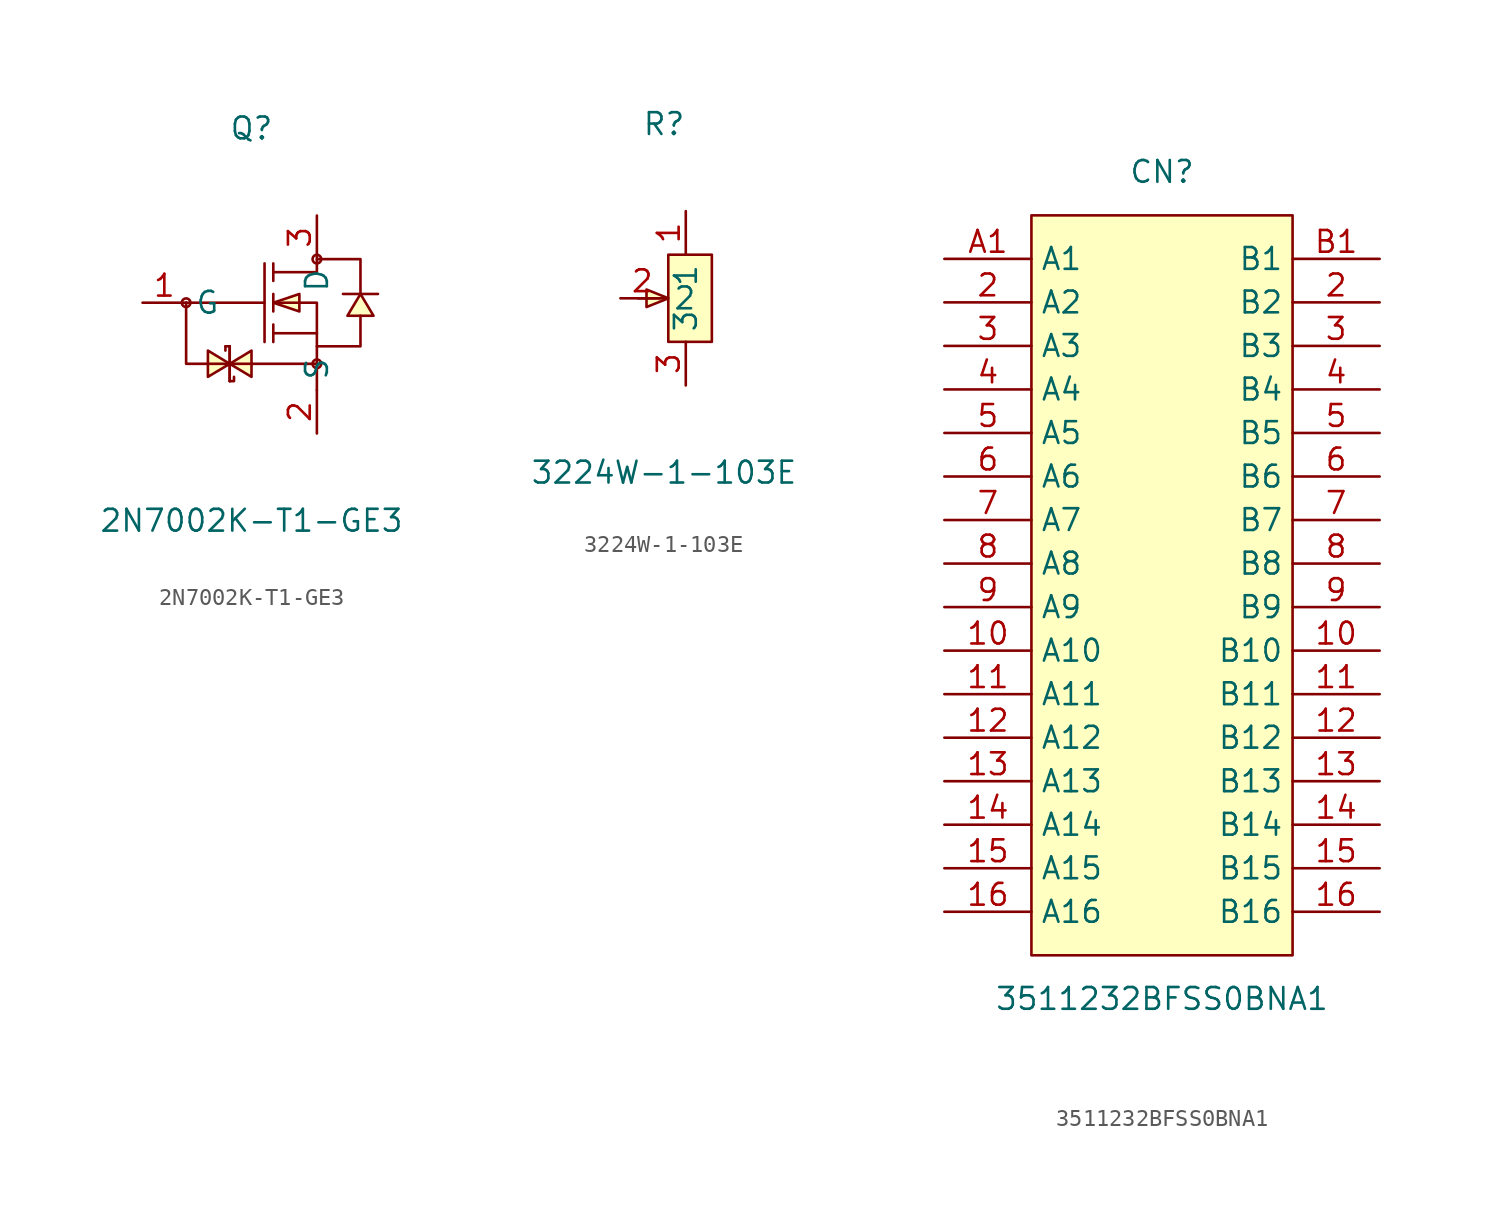
<source format=kicad_sym>
(kicad_symbol_lib
  (version 20241209)
  (generator "kicad_symbol_editor")
  (generator_version "9.0")
  (symbol "2N7002K-T1-GE3"
    (property "Reference" "Q"
      (at 0 11.43 0)
      (effects (font (size 1.27 1.27))))
    (property "Value" "2N7002K-T1-GE3"
      (at 0 -11.43 0)
      (effects (font (size 1.27 1.27))))
    (symbol "2N7002K-T1-GE3_0_1"
      (circle (center -3.81 1.27) (radius 0.25) (stroke (width 0) (type default)) (fill (type none)))
      (polyline (pts (xy -3.81 1.27) (xy 0.76 1.27)) (stroke (width 0) (type default)) (fill (type none)))
      (polyline (pts (xy -1.52 -1.27) (xy -1.52 -1.52)) (stroke (width 0) (type default)) (fill (type none)))
      (polyline (pts (xy -1.27 -1.27) (xy -1.52 -1.27)) (stroke (width 0) (type default)) (fill (type none)))
      (polyline (pts (xy -1.27 -1.27) (xy -1.27 -1.78) (xy -1.27 -2.79) (xy -1.27 -3.3)) (stroke (width 0) (type default)) (fill (type none)))
      (polyline (pts (xy -1.27 -2.29) (xy -2.54 -1.52) (xy -2.54 -3.05) (xy -1.27 -2.29)) (stroke (width 0) (type default)) (fill (type background)))
      (polyline (pts (xy -1.27 -2.29) (xy 0 -3.05) (xy 0 -1.52) (xy -1.27 -2.29)) (stroke (width 0) (type default)) (fill (type background)))
      (polyline (pts (xy -1.27 -3.3) (xy -1.02 -3.3) (xy -1.02 -3.05)) (stroke (width 0) (type default)) (fill (type none)))
      (polyline (pts (xy -1.27 -3.3) (xy -1.27 -2.79) (xy -1.27 -1.78) (xy -1.27 -1.27)) (stroke (width 0) (type default)) (fill (type none)))
      (polyline (pts (xy 0.76 3.56) (xy 0.76 -1.02)) (stroke (width 0) (type default)) (fill (type none)))
      (polyline (pts (xy 1.27 3.56) (xy 1.27 2.54)) (stroke (width 0) (type default)) (fill (type none)))
      (polyline (pts (xy 1.27 3.05) (xy 3.81 3.05) (xy 3.81 3.81) (xy 6.35 3.81) (xy 6.35 1.78)) (stroke (width 0) (type default)) (fill (type none)))
      (polyline (pts (xy 1.27 1.27) (xy 2.79 0.76) (xy 2.79 1.78) (xy 1.27 1.27)) (stroke (width 0) (type default)) (fill (type background)))
      (polyline (pts (xy 1.27 1.27) (xy 3.81 1.27) (xy 3.81 -1.27) (xy 6.35 -1.27) (xy 6.35 0.51)) (stroke (width 0) (type default)) (fill (type none)))
      (polyline (pts (xy 1.27 0.76) (xy 1.27 1.78)) (stroke (width 0) (type default)) (fill (type none)))
      (polyline (pts (xy 1.27 -1.02) (xy 1.27 0)) (stroke (width 0) (type default)) (fill (type none)))
      (circle (center 3.81 3.81) (radius 0.25) (stroke (width 0) (type default)) (fill (type none)))
      (polyline (pts (xy 3.81 -0.51) (xy 1.27 -0.51)) (stroke (width 0) (type default)) (fill (type none)))
      (polyline (pts (xy 3.81 -2.29) (xy -3.81 -2.29) (xy -3.81 1.27)) (stroke (width 0) (type default)) (fill (type none)))
      (circle (center 3.81 -2.29) (radius 0.25) (stroke (width 0) (type default)) (fill (type none)))
      (polyline (pts (xy 3.81 -3.81) (xy 3.81 -1.27)) (stroke (width 0) (type default)) (fill (type none)))
      (polyline (pts (xy 6.35 1.78) (xy 5.59 0.51) (xy 7.11 0.51) (xy 6.35 1.78)) (stroke (width 0) (type default)) (fill (type background)))
      (polyline (pts (xy 7.37 1.78) (xy 6.86 1.78) (xy 5.84 1.78) (xy 5.33 1.78)) (stroke (width 0) (type default)) (fill (type none)))
      (pin unspecified line (at -6.35 1.27 0) (length 2.54) (name "G" (effects (font (size 1.27 1.27)))) (number "1" (effects (font (size 1.27 1.27)))))
      (pin unspecified line (at 3.81 6.35 270) (length 2.54) (name "D" (effects (font (size 1.27 1.27)))) (number "3" (effects (font (size 1.27 1.27)))))
      (pin unspecified line (at 3.81 -6.35 90) (length 2.54) (name "S" (effects (font (size 1.27 1.27)))) (number "2" (effects (font (size 1.27 1.27)))))))
  (symbol "3224W-1-103E"
    (property "Reference" "R"
      (at 0 10.16 0)
      (effects (font (size 1.27 1.27))))
    (property "Value" "3224W-1-103E"
      (at 0 -10.16 0)
      (effects (font (size 1.27 1.27))))
    (symbol "3224W-1-103E_0_1"
      (polyline (pts (xy -0.25 0) (xy -1.52 0)) (stroke (width 0) (type default)) (fill (type none)))
      (polyline (pts (xy 0.25 0) (xy -1.02 -0.51) (xy -1.02 0.51) (xy 0.25 0)) (stroke (width 0) (type default)) (fill (type background)))
      (polyline (pts (xy 0.25 -2.54) (xy 0.25 2.54) (xy 2.79 2.54) (xy 2.79 -2.54) (xy 0.25 -2.54)) (stroke (width 0) (type default)) (fill (type background)))
      (pin input line (at -2.54 0 0) (length 2.54) (name "2" (effects (font (size 1.27 1.27)))) (number "2" (effects (font (size 1.27 1.27)))))
      (pin input line (at 1.27 5.08 270) (length 2.54) (name "1" (effects (font (size 1.27 1.27)))) (number "1" (effects (font (size 1.27 1.27)))))
      (pin input line (at 1.27 -5.08 90) (length 2.54) (name "3" (effects (font (size 1.27 1.27)))) (number "3" (effects (font (size 1.27 1.27)))))))
  (symbol "3511232BFSS0BNA1"
    (property "Reference" "CN"
      (at 0 25.40 0)
      (effects (font (size 1.27 1.27))))
    (property "Value" "3511232BFSS0BNA1"
      (at 0 -22.86 0)
      (effects (font (size 1.27 1.27))))
    (symbol "3511232BFSS0BNA1_0_1"
      (rectangle (start -7.62 22.86) (end 7.62 -20.32) (stroke (width 0) (type default) (color 0 0 0 0)) (fill (type background)))
      (pin unspecified line (at -12.70 -17.78 0) (length 5.08) (name "A16" (effects (font (size 1.27 1.27)))) (number "16" (effects (font (size 1.27 1.27)))))
      (pin unspecified line (at -12.70 -15.24 0) (length 5.08) (name "A15" (effects (font (size 1.27 1.27)))) (number "15" (effects (font (size 1.27 1.27)))))
      (pin unspecified line (at -12.70 -12.70 0) (length 5.08) (name "A14" (effects (font (size 1.27 1.27)))) (number "14" (effects (font (size 1.27 1.27)))))
      (pin unspecified line (at -12.70 -10.16 0) (length 5.08) (name "A13" (effects (font (size 1.27 1.27)))) (number "13" (effects (font (size 1.27 1.27)))))
      (pin unspecified line (at -12.70 -7.62 0) (length 5.08) (name "A12" (effects (font (size 1.27 1.27)))) (number "12" (effects (font (size 1.27 1.27)))))
      (pin unspecified line (at -12.70 -5.08 0) (length 5.08) (name "A11" (effects (font (size 1.27 1.27)))) (number "11" (effects (font (size 1.27 1.27)))))
      (pin unspecified line (at -12.70 -2.54 0) (length 5.08) (name "A10" (effects (font (size 1.27 1.27)))) (number "10" (effects (font (size 1.27 1.27)))))
      (pin unspecified line (at -12.70 -0.00 0) (length 5.08) (name "A9" (effects (font (size 1.27 1.27)))) (number "9" (effects (font (size 1.27 1.27)))))
      (pin unspecified line (at -12.70 2.54 0) (length 5.08) (name "A8" (effects (font (size 1.27 1.27)))) (number "8" (effects (font (size 1.27 1.27)))))
      (pin unspecified line (at -12.70 5.08 0) (length 5.08) (name "A7" (effects (font (size 1.27 1.27)))) (number "7" (effects (font (size 1.27 1.27)))))
      (pin unspecified line (at -12.70 7.62 0) (length 5.08) (name "A6" (effects (font (size 1.27 1.27)))) (number "6" (effects (font (size 1.27 1.27)))))
      (pin unspecified line (at -12.70 10.16 0) (length 5.08) (name "A5" (effects (font (size 1.27 1.27)))) (number "5" (effects (font (size 1.27 1.27)))))
      (pin unspecified line (at -12.70 12.70 0) (length 5.08) (name "A4" (effects (font (size 1.27 1.27)))) (number "4" (effects (font (size 1.27 1.27)))))
      (pin unspecified line (at -12.70 15.24 0) (length 5.08) (name "A3" (effects (font (size 1.27 1.27)))) (number "3" (effects (font (size 1.27 1.27)))))
      (pin unspecified line (at -12.70 17.78 0) (length 5.08) (name "A2" (effects (font (size 1.27 1.27)))) (number "2" (effects (font (size 1.27 1.27)))))
      (pin unspecified line (at -12.70 20.32 0) (length 5.08) (name "A1" (effects (font (size 1.27 1.27)))) (number "A1" (effects (font (size 1.27 1.27)))))
      (pin unspecified line (at 12.70 -17.78 180) (length 5.08) (name "B16" (effects (font (size 1.27 1.27)))) (number "16" (effects (font (size 1.27 1.27)))))
      (pin unspecified line (at 12.70 -15.24 180) (length 5.08) (name "B15" (effects (font (size 1.27 1.27)))) (number "15" (effects (font (size 1.27 1.27)))))
      (pin unspecified line (at 12.70 -12.70 180) (length 5.08) (name "B14" (effects (font (size 1.27 1.27)))) (number "14" (effects (font (size 1.27 1.27)))))
      (pin unspecified line (at 12.70 -10.16 180) (length 5.08) (name "B13" (effects (font (size 1.27 1.27)))) (number "13" (effects (font (size 1.27 1.27)))))
      (pin unspecified line (at 12.70 -7.62 180) (length 5.08) (name "B12" (effects (font (size 1.27 1.27)))) (number "12" (effects (font (size 1.27 1.27)))))
      (pin unspecified line (at 12.70 -5.08 180) (length 5.08) (name "B11" (effects (font (size 1.27 1.27)))) (number "11" (effects (font (size 1.27 1.27)))))
      (pin unspecified line (at 12.70 -2.54 180) (length 5.08) (name "B10" (effects (font (size 1.27 1.27)))) (number "10" (effects (font (size 1.27 1.27)))))
      (pin unspecified line (at 12.70 -0.00 180) (length 5.08) (name "B9" (effects (font (size 1.27 1.27)))) (number "9" (effects (font (size 1.27 1.27)))))
      (pin unspecified line (at 12.70 2.54 180) (length 5.08) (name "B8" (effects (font (size 1.27 1.27)))) (number "8" (effects (font (size 1.27 1.27)))))
      (pin unspecified line (at 12.70 5.08 180) (length 5.08) (name "B7" (effects (font (size 1.27 1.27)))) (number "7" (effects (font (size 1.27 1.27)))))
      (pin unspecified line (at 12.70 7.62 180) (length 5.08) (name "B6" (effects (font (size 1.27 1.27)))) (number "6" (effects (font (size 1.27 1.27)))))
      (pin unspecified line (at 12.70 10.16 180) (length 5.08) (name "B5" (effects (font (size 1.27 1.27)))) (number "5" (effects (font (size 1.27 1.27)))))
      (pin unspecified line (at 12.70 12.70 180) (length 5.08) (name "B4" (effects (font (size 1.27 1.27)))) (number "4" (effects (font (size 1.27 1.27)))))
      (pin unspecified line (at 12.70 15.24 180) (length 5.08) (name "B3" (effects (font (size 1.27 1.27)))) (number "3" (effects (font (size 1.27 1.27)))))
      (pin unspecified line (at 12.70 17.78 180) (length 5.08) (name "B2" (effects (font (size 1.27 1.27)))) (number "2" (effects (font (size 1.27 1.27)))))
      (pin unspecified line (at 12.70 20.32 180) (length 5.08) (name "B1" (effects (font (size 1.27 1.27)))) (number "B1" (effects (font (size 1.27 1.27))))))))
</source>
